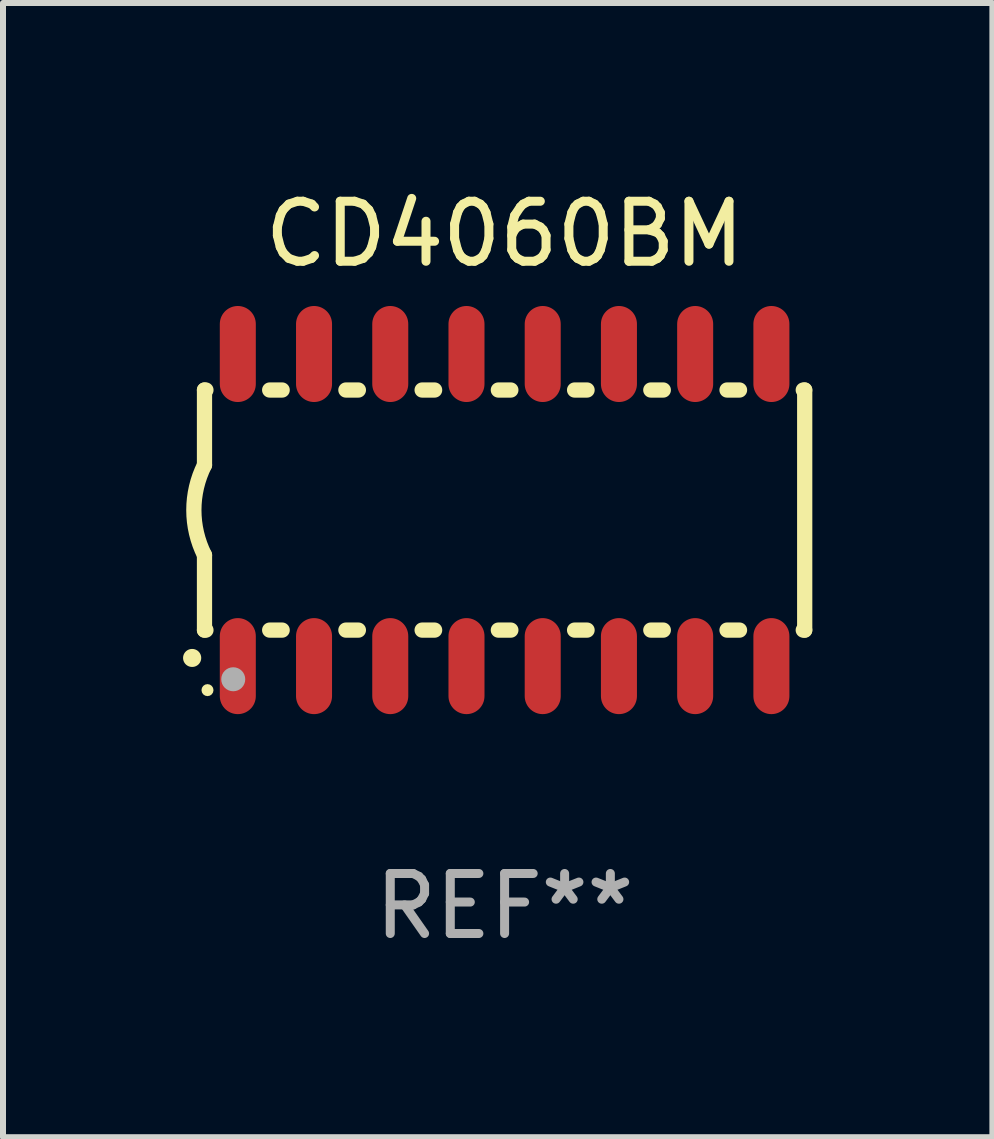
<source format=kicad_pcb>
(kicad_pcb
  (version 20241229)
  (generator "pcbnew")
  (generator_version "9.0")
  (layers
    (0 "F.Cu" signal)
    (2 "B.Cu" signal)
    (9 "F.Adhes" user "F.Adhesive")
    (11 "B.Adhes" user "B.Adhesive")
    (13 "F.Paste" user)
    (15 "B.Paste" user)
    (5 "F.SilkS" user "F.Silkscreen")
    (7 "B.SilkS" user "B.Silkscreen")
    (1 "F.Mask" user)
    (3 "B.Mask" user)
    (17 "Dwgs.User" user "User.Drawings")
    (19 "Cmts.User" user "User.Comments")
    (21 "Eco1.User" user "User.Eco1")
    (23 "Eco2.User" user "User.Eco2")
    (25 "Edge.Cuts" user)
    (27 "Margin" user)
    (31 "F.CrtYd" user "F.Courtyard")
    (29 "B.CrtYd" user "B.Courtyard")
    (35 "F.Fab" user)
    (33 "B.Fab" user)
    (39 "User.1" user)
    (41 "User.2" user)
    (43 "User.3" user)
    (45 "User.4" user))
  (footprint "CD4060BM"
    (layer "F.Cu")
    (at 5.357 5.448)
    (property "Reference" "CD4060BM" (at 0 -4.6 0) (layer "F.SilkS") (effects (font (size 1 1) (thickness 0.15))))
    (attr through_hole)
    (fp_line (start -5 -2) (end -5 -0.75) (stroke (width 0.254) (type solid)) (layer "F.SilkS"))
    (fp_line (start -5 -2) (end -4.976 -2) (stroke (width 0.254) (type solid)) (layer "F.SilkS"))
    (fp_line (start -5 2) (end -5 0.75) (stroke (width 0.254) (type solid)) (layer "F.SilkS"))
    (fp_line (start -5 2) (end -4.976 2) (stroke (width 0.254) (type solid)) (layer "F.SilkS"))
    (fp_line (start -3.914 -2) (end -3.706 -2) (stroke (width 0.254) (type solid)) (layer "F.SilkS"))
    (fp_line (start -3.914 2) (end -3.706 2) (stroke (width 0.254) (type solid)) (layer "F.SilkS"))
    (fp_line (start -2.644 -2) (end -2.436 -2) (stroke (width 0.254) (type solid)) (layer "F.SilkS"))
    (fp_line (start -2.644 2) (end -2.436 2) (stroke (width 0.254) (type solid)) (layer "F.SilkS"))
    (fp_line (start -1.374 -2) (end -1.166 -2) (stroke (width 0.254) (type solid)) (layer "F.SilkS"))
    (fp_line (start -1.374 2) (end -1.166 2) (stroke (width 0.254) (type solid)) (layer "F.SilkS"))
    (fp_line (start -0.104 -2) (end 0.104 -2) (stroke (width 0.254) (type solid)) (layer "F.SilkS"))
    (fp_line (start -0.104 2) (end 0.104 2) (stroke (width 0.254) (type solid)) (layer "F.SilkS"))
    (fp_line (start 1.166 -2) (end 1.374 -2) (stroke (width 0.254) (type solid)) (layer "F.SilkS"))
    (fp_line (start 1.166 2) (end 1.374 2) (stroke (width 0.254) (type solid)) (layer "F.SilkS"))
    (fp_line (start 2.436 -2) (end 2.644 -2) (stroke (width 0.254) (type solid)) (layer "F.SilkS"))
    (fp_line (start 2.436 2) (end 2.644 2) (stroke (width 0.254) (type solid)) (layer "F.SilkS"))
    (fp_line (start 3.706 -2) (end 3.914 -2) (stroke (width 0.254) (type solid)) (layer "F.SilkS"))
    (fp_line (start 3.706 2) (end 3.914 2) (stroke (width 0.254) (type solid)) (layer "F.SilkS"))
    (fp_line (start 4.976 -2) (end 5 -2) (stroke (width 0.254) (type solid)) (layer "F.SilkS"))
    (fp_line (start 4.976 2) (end 5 2) (stroke (width 0.254) (type solid)) (layer "F.SilkS"))
    (fp_line (start 5 2) (end 5 -2) (stroke (width 0.254) (type solid)) (layer "F.SilkS"))
    (fp_arc (start -5.20701 2.46383) (mid -5.20574 2.463825) (end -5.20447 2.46383) (stroke (width 0.3) (type solid)) (layer "F.SilkS"))
    (fp_arc (start -5 0.751207) (mid -5.177192 0.00061) (end -5 -0.749987) (stroke (width 0.254001) (type solid)) (layer "F.SilkS"))
    (fp_circle (center -4.95 3) (end -4.9 3) (stroke (width 0.1) (type solid)) (fill no) (layer "F.SilkS"))
    (fp_circle (center -4.521 2.819) (end -4.421 2.819) (stroke (width 0.2) (type solid)) (fill no) (layer "F.Fab"))
    (fp_text user "REF**" (at 0 6.6 0) (layer "F.Fab") (effects (font (size 1 1) (thickness 0.15))))
    (pad "1" smd oval (at -4.445 2.6 180) (size 0.6 1.6) (layers "F.Cu" "F.Mask" "F.Paste"))
    (pad "2" smd oval (at -3.175 2.6 180) (size 0.6 1.6) (layers "F.Cu" "F.Mask" "F.Paste"))
    (pad "3" smd oval (at -1.905 2.6 180) (size 0.6 1.6) (layers "F.Cu" "F.Mask" "F.Paste"))
    (pad "4" smd oval (at -0.635 2.6 180) (size 0.6 1.6) (layers "F.Cu" "F.Mask" "F.Paste"))
    (pad "5" smd oval (at 0.635 2.6 180) (size 0.6 1.6) (layers "F.Cu" "F.Mask" "F.Paste"))
    (pad "6" smd oval (at 1.905 2.6 180) (size 0.6 1.6) (layers "F.Cu" "F.Mask" "F.Paste"))
    (pad "7" smd oval (at 3.175 2.6 180) (size 0.6 1.6) (layers "F.Cu" "F.Mask" "F.Paste"))
    (pad "8" smd oval (at 4.445 2.6 180) (size 0.6 1.6) (layers "F.Cu" "F.Mask" "F.Paste"))
    (pad "9" smd oval (at 4.445 -2.6 180) (size 0.6 1.6) (layers "F.Cu" "F.Mask" "F.Paste"))
    (pad "10" smd oval (at 3.175 -2.6 180) (size 0.6 1.6) (layers "F.Cu" "F.Mask" "F.Paste"))
    (pad "11" smd oval (at 1.905 -2.6 180) (size 0.6 1.6) (layers "F.Cu" "F.Mask" "F.Paste"))
    (pad "12" smd oval (at 0.635 -2.6 180) (size 0.6 1.6) (layers "F.Cu" "F.Mask" "F.Paste"))
    (pad "13" smd oval (at -0.635 -2.6 180) (size 0.6 1.6) (layers "F.Cu" "F.Mask" "F.Paste"))
    (pad "14" smd oval (at -1.905 -2.6 180) (size 0.6 1.6) (layers "F.Cu" "F.Mask" "F.Paste"))
    (pad "15" smd oval (at -3.175 -2.6 180) (size 0.6 1.6) (layers "F.Cu" "F.Mask" "F.Paste"))
    (pad "16" smd oval (at -4.445 -2.6 180) (size 0.6 1.6) (layers "F.Cu" "F.Mask" "F.Paste")))
  (gr_rect
    (start -3 -3)
    (end 13.484 15.897)
    (stroke (width 0.1) (type default))
    (fill no)
    (layer "Edge.Cuts")))
</source>
